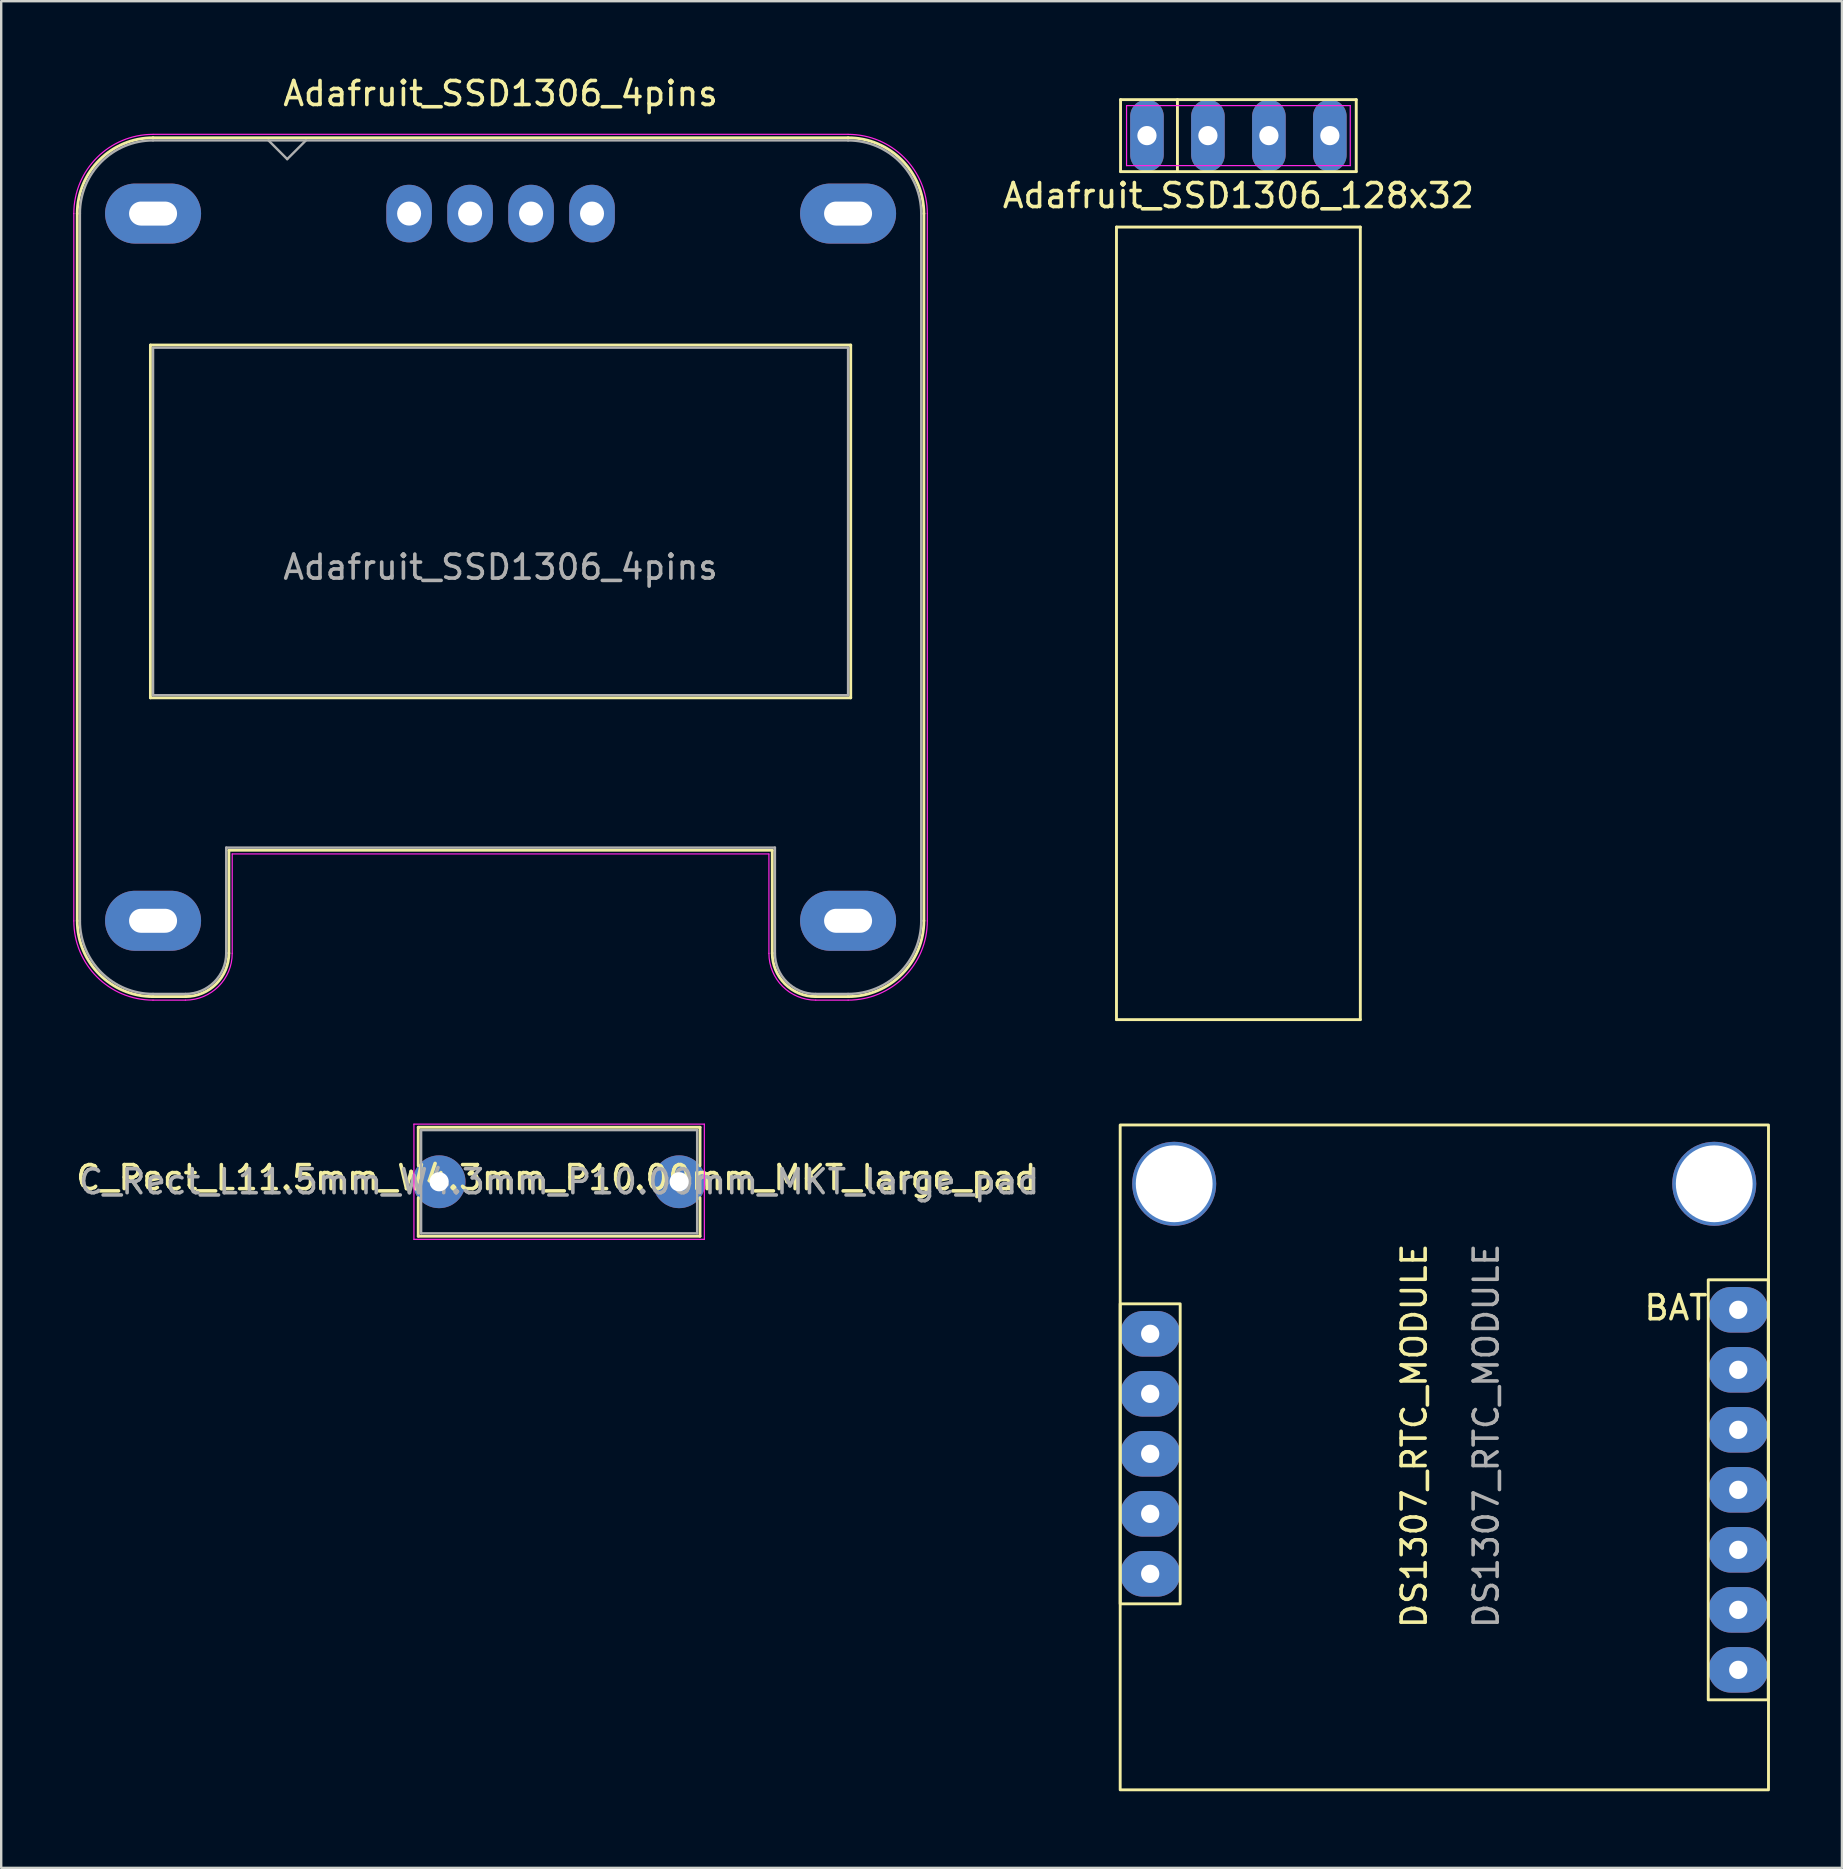
<source format=kicad_pcb>
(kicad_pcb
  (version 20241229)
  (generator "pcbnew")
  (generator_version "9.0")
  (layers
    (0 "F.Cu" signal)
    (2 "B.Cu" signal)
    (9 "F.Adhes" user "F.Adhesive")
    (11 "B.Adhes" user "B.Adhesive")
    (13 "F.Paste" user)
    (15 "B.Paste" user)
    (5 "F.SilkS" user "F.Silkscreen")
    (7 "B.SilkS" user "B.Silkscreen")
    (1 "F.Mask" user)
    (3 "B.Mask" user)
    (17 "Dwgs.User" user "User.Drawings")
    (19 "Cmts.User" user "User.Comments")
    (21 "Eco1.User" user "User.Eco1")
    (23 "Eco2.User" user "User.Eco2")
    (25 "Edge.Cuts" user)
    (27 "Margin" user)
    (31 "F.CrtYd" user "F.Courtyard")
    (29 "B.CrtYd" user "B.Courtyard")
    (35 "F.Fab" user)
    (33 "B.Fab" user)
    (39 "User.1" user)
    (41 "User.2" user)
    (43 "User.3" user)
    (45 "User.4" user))
  (footprint "C_Rect_L11.5mm_W4.3mm_P10.00mm_MKT_large_pad"
    (layer "F.Cu")
    (at 15.245 46.185)
    (property "Reference" "C_Rect_L11.5mm_W4.3mm_P10.00mm_MKT_large_pad" (at 4.88 -0.17 0) (layer "F.SilkS") (effects (font (size 1 1) (thickness 0.15))))
    (attr through_hole)
    (fp_line (start -0.87 -2.27) (end -0.87 -0.665) (stroke (width 0.12) (type solid)) (layer "F.SilkS"))
    (fp_line (start -0.87 -2.27) (end 10.87 -2.27) (stroke (width 0.12) (type solid)) (layer "F.SilkS"))
    (fp_line (start -0.87 0.665) (end -0.87 2.27) (stroke (width 0.12) (type solid)) (layer "F.SilkS"))
    (fp_line (start -0.87 2.27) (end 10.87 2.27) (stroke (width 0.12) (type solid)) (layer "F.SilkS"))
    (fp_line (start 10.87 -2.27) (end 10.87 -0.665) (stroke (width 0.12) (type solid)) (layer "F.SilkS"))
    (fp_line (start 10.87 0.665) (end 10.87 2.27) (stroke (width 0.12) (type solid)) (layer "F.SilkS"))
    (fp_line (start -1.05 -2.4) (end -1.05 2.4) (stroke (width 0.05) (type solid)) (layer "F.CrtYd"))
    (fp_line (start -1.05 2.4) (end 11.05 2.4) (stroke (width 0.05) (type solid)) (layer "F.CrtYd"))
    (fp_line (start 11.05 -2.4) (end -1.05 -2.4) (stroke (width 0.05) (type solid)) (layer "F.CrtYd"))
    (fp_line (start 11.05 2.4) (end 11.05 -2.4) (stroke (width 0.05) (type solid)) (layer "F.CrtYd"))
    (fp_line (start -0.75 -2.15) (end -0.75 2.15) (stroke (width 0.1) (type solid)) (layer "F.Fab"))
    (fp_line (start -0.75 2.15) (end 10.75 2.15) (stroke (width 0.1) (type solid)) (layer "F.Fab"))
    (fp_line (start 10.75 -2.15) (end -0.75 -2.15) (stroke (width 0.1) (type solid)) (layer "F.Fab"))
    (fp_line (start 10.75 2.15) (end 10.75 -2.15) (stroke (width 0.1) (type solid)) (layer "F.Fab"))
    (fp_text user "${REFERENCE}" (at 5 0 0) (layer "F.Fab") (effects (font (size 1 1) (thickness 0.15))))
    (pad "1" thru_hole circle (at 0 0) (size 2.2 2.2) (drill 0.8) (layers "*.Cu" "*.Mask"))
    (pad "2" thru_hole circle (at 10 0) (size 2.2 2.2) (drill 0.8) (layers "*.Cu" "*.Mask")))
  (footprint "DS1307_RTC_MODULE"
    (layer "F.Cu")
    (at 43.62 71.52)
    (property "Reference" "DS1307_RTC_MODULE" (at 12.25 -14.75 90) (unlocked yes) (layer "F.SilkS") (effects (font (size 1 1) (thickness 0.15))))
    (attr through_hole)
    (fp_rect (start 0 -27.7) (end 27.01 0) (stroke (width 0.12) (type default)) (fill no) (layer "F.SilkS"))
    (fp_rect (start 0 -20.25) (end 2.5 -7.75) (stroke (width 0.12) (type default)) (fill no) (layer "F.SilkS"))
    (fp_rect (start 24.5 -21.25) (end 27 -3.75) (stroke (width 0.12) (type default)) (fill no) (layer "F.SilkS"))
    (fp_text user "BAT" (at 21.75 -19.5 0) (unlocked yes) (layer "F.SilkS") (effects (font (size 1 1) (thickness 0.15)) (justify left bottom)))
    (fp_text user "${REFERENCE}" (at 15.25 -14.75 90) (unlocked yes) (layer "F.Fab") (effects (font (size 1 1) (thickness 0.15))))
    (fp_text user "GND" (at 2.75 -18.25 0) (unlocked yes) (layer "User.1") (effects (font (size 1 1) (thickness 0.15)) (justify left bottom)))
    (fp_text user "DS" (at 2.75 -8.25 0) (unlocked yes) (layer "User.1") (effects (font (size 1 1) (thickness 0.15)) (justify left bottom)))
    (fp_text user "SCL" (at 2.75 -10.75 0) (unlocked yes) (layer "User.1") (effects (font (size 1 1) (thickness 0.15)) (justify left bottom)))
    (fp_text user "SCL" (at 21.5 -9.5 0) (unlocked yes) (layer "User.1") (effects (font (size 1 1) (thickness 0.15)) (justify left bottom)))
    (fp_text user "SQ" (at 22.25 -4.5 0) (unlocked yes) (layer "User.1") (effects (font (size 1 1) (thickness 0.15)) (justify left bottom)))
    (fp_text user "VCC" (at 2.75 -15.75 0) (unlocked yes) (layer "User.1") (effects (font (size 1 1) (thickness 0.15)) (justify left bottom)))
    (fp_text user "GND" (at 21.25 -16.75 0) (unlocked yes) (layer "User.1") (effects (font (size 1 1) (thickness 0.15)) (justify left bottom)))
    (fp_text user "VCC" (at 21.5 -14.25 0) (unlocked yes) (layer "User.1") (effects (font (size 1 1) (thickness 0.15)) (justify left bottom)))
    (fp_text user "SDA" (at 2.75 -13.25 0) (unlocked yes) (layer "User.1") (effects (font (size 1 1) (thickness 0.15)) (justify left bottom)))
    (fp_text user "DS" (at 22.25 -7 0) (unlocked yes) (layer "User.1") (effects (font (size 1 1) (thickness 0.15)) (justify left bottom)))
    (fp_text user "SDA" (at 21.5 -12 0) (unlocked yes) (layer "User.1") (effects (font (size 1 1) (thickness 0.15)) (justify left bottom)))
    (pad "" thru_hole circle (at 2.25 -25.25) (size 3.5 3.5) (drill 3.2) (layers "*.Cu" "*.Mask"))
    (pad "" thru_hole circle (at 24.75 -25.25) (size 3.5 3.5) (drill 3.2) (layers "*.Cu" "*.Mask"))
    (pad "1" thru_hole oval (at 25.75 -20) (size 2.5 1.9) (drill 0.762) (layers "*.Cu" "*.Mask"))
    (pad "2" thru_hole oval (at 25.75 -17.5) (size 2.5 1.9) (drill 0.762) (layers "*.Cu" "*.Mask"))
    (pad "3" thru_hole oval (at 25.75 -15) (size 2.5 1.9) (drill 0.762) (layers "*.Cu" "*.Mask"))
    (pad "4" thru_hole oval (at 25.75 -12.5) (size 2.5 1.9) (drill 0.762) (layers "*.Cu" "*.Mask"))
    (pad "5" thru_hole oval (at 25.75 -10) (size 2.5 1.9) (drill 0.762) (layers "*.Cu" "*.Mask"))
    (pad "6" thru_hole oval (at 25.75 -7.5) (size 2.5 1.9) (drill 0.762) (layers "*.Cu" "*.Mask"))
    (pad "7" thru_hole oval (at 25.75 -5) (size 2.5 1.9) (drill 0.762) (layers "*.Cu" "*.Mask"))
    (pad "8" thru_hole oval (at 1.25 -19) (size 2.5 1.9) (drill 0.762) (layers "*.Cu" "*.Mask"))
    (pad "9" thru_hole oval (at 1.25 -16.5) (size 2.5 1.9) (drill 0.762) (layers "*.Cu" "*.Mask"))
    (pad "10" thru_hole oval (at 1.25 -14) (size 2.5 1.9) (drill 0.762) (layers "*.Cu" "*.Mask"))
    (pad "11" thru_hole oval (at 1.25 -11.5) (size 2.5 1.9) (drill 0.762) (layers "*.Cu" "*.Mask"))
    (pad "12" thru_hole oval (at 1.25 -9) (size 2.5 1.9) (drill 0.762) (layers "*.Cu" "*.Mask")))
  (footprint "Adafruit_SSD1306_128x32"
    (layer "F.Cu")
    (at 48.545 2.6)
    (property "Reference" "Adafruit_SSD1306_128x32" (at 0 2.5 180) (layer "F.SilkS") (effects (font (size 1 1) (thickness 0.15))))
    (attr through_hole)
    (fp_line (start -5.08 3.81) (end 5.08 3.81) (stroke (width 0.12) (type solid)) (layer "F.SilkS"))
    (fp_line (start -5.08 36.83) (end -5.08 3.81) (stroke (width 0.12) (type solid)) (layer "F.SilkS"))
    (fp_line (start -4.91 -1.5) (end 4.91 -1.5) (stroke (width 0.12) (type solid)) (layer "F.SilkS"))
    (fp_line (start -4.91 1.5) (end -4.91 -1.5) (stroke (width 0.12) (type solid)) (layer "F.SilkS"))
    (fp_line (start -2.54 -1.5) (end -2.54 1.5) (stroke (width 0.12) (type solid)) (layer "F.SilkS"))
    (fp_line (start 4.91 -1.5) (end 4.91 1.5) (stroke (width 0.12) (type solid)) (layer "F.SilkS"))
    (fp_line (start 4.91 1.5) (end -4.91 1.5) (stroke (width 0.12) (type solid)) (layer "F.SilkS"))
    (fp_line (start 5.08 3.81) (end 5.08 36.83) (stroke (width 0.12) (type solid)) (layer "F.SilkS"))
    (fp_line (start 5.08 36.83) (end -5.08 36.83) (stroke (width 0.12) (type solid)) (layer "F.SilkS"))
    (fp_line (start -6.35 -2.54) (end 6.35 -2.54) (stroke (width 0.12) (type solid)) (layer "Eco2.User"))
    (fp_line (start -6.35 38.1) (end -6.35 -2.54) (stroke (width 0.12) (type solid)) (layer "Eco2.User"))
    (fp_line (start 6.35 -2.54) (end 6.35 38.1) (stroke (width 0.12) (type solid)) (layer "Eco2.User"))
    (fp_line (start 6.35 38.1) (end -6.35 38.1) (stroke (width 0.12) (type solid)) (layer "Eco2.User"))
    (fp_line (start -4.66 -1.25) (end 4.66 -1.25) (stroke (width 0.05) (type solid)) (layer "F.CrtYd"))
    (fp_line (start -4.66 1.25) (end -4.66 -1.25) (stroke (width 0.05) (type solid)) (layer "F.CrtYd"))
    (fp_line (start 4.66 -1.25) (end 4.66 1.25) (stroke (width 0.05) (type solid)) (layer "F.CrtYd"))
    (fp_line (start 4.66 1.25) (end -4.66 1.25) (stroke (width 0.05) (type solid)) (layer "F.CrtYd"))
    (pad "1" thru_hole oval (at -3.81 0) (size 1.4 3) (drill 0.8) (layers "*.Cu" "*.Mask"))
    (pad "2" thru_hole oval (at -1.27 0) (size 1.4 3) (drill 0.8) (layers "*.Cu" "*.Mask"))
    (pad "3" thru_hole oval (at 1.27 0) (size 1.4 3) (drill 0.8) (layers "*.Cu" "*.Mask"))
    (pad "4" thru_hole oval (at 3.81 0) (size 1.4 3) (drill 0.8) (layers "*.Cu" "*.Mask")))
  (footprint "Adafruit_SSD1306_4pins"
    (layer "F.Cu")
    (at 8.915 5.848)
    (property "Reference" "Adafruit_SSD1306_4pins" (at 8.89 -5 0) (layer "F.SilkS") (effects (font (size 1 1) (thickness 0.15))))
    (attr through_hole)
    (fp_line (start -8.746 0) (end -8.746 29.464) (stroke (width 0.12) (type solid)) (layer "F.SilkS"))
    (fp_line (start -5.698 5.478) (end -5.698 20.176) (stroke (width 0.12) (type solid)) (layer "F.SilkS"))
    (fp_line (start -5.698 5.478) (end 23.478 5.478) (stroke (width 0.12) (type solid)) (layer "F.SilkS"))
    (fp_line (start -5.698 20.176) (end 23.478 20.176) (stroke (width 0.12) (type solid)) (layer "F.SilkS"))
    (fp_line (start -4.238 32.622) (end -5.59 32.622) (stroke (width 0.12) (type solid)) (layer "F.SilkS"))
    (fp_line (start -2.43 26.526) (end -2.43 30.814) (stroke (width 0.12) (type solid)) (layer "F.SilkS"))
    (fp_line (start -2.43 26.526) (end 20.21 26.526) (stroke (width 0.12) (type solid)) (layer "F.SilkS"))
    (fp_line (start 20.21 26.526) (end 20.21 30.814) (stroke (width 0.12) (type solid)) (layer "F.SilkS"))
    (fp_line (start 22.018 32.622) (end 23.37 32.622) (stroke (width 0.12) (type solid)) (layer "F.SilkS"))
    (fp_line (start 23.368 -3.158) (end -5.588 -3.158) (stroke (width 0.12) (type solid)) (layer "F.SilkS"))
    (fp_line (start 23.478 5.478) (end 23.478 20.176) (stroke (width 0.12) (type solid)) (layer "F.SilkS"))
    (fp_line (start 26.526 0) (end 26.526 29.464) (stroke (width 0.12) (type solid)) (layer "F.SilkS"))
    (fp_arc (start -8.746 0) (mid -7.821043 -2.233043) (end -5.588 -3.158) (stroke (width 0.12) (type solid)) (layer "F.SilkS"))
    (fp_arc (start -5.588 32.622) (mid -7.821043 31.697043) (end -8.746 29.464) (stroke (width 0.12) (type solid)) (layer "F.SilkS"))
    (fp_arc (start -2.43 30.812) (mid -2.958137 32.091035) (end -4.236 32.622) (stroke (width 0.12) (type solid)) (layer "F.SilkS"))
    (fp_arc (start 22.016 32.622) (mid 20.738137 32.091035) (end 20.21 30.812) (stroke (width 0.12) (type solid)) (layer "F.SilkS"))
    (fp_arc (start 23.368 -3.158) (mid 25.601043 -2.233043) (end 26.526 0) (stroke (width 0.12) (type solid)) (layer "F.SilkS"))
    (fp_arc (start 26.526 29.464) (mid 25.601043 31.697043) (end 23.368 32.622) (stroke (width 0.12) (type solid)) (layer "F.SilkS"))
    (fp_line (start -8.89 0) (end -8.89 29.47) (stroke (width 0.05) (type solid)) (layer "F.CrtYd"))
    (fp_line (start -4.24 32.77) (end -5.59 32.77) (stroke (width 0.05) (type solid)) (layer "F.CrtYd"))
    (fp_line (start -2.29 26.68) (end -2.29 30.82) (stroke (width 0.05) (type solid)) (layer "F.CrtYd"))
    (fp_line (start -2.29 26.68) (end 20.07 26.68) (stroke (width 0.05) (type solid)) (layer "F.CrtYd"))
    (fp_line (start 20.07 26.68) (end 20.07 30.82) (stroke (width 0.05) (type solid)) (layer "F.CrtYd"))
    (fp_line (start 22.02 32.77) (end 23.37 32.77) (stroke (width 0.05) (type solid)) (layer "F.CrtYd"))
    (fp_line (start 23.37 -3.3) (end -5.59 -3.3) (stroke (width 0.05) (type solid)) (layer "F.CrtYd"))
    (fp_line (start 26.67 0) (end 26.67 29.47) (stroke (width 0.05) (type solid)) (layer "F.CrtYd"))
    (fp_arc (start -8.89 0) (mid -7.923452 -2.333452) (end -5.59 -3.3) (stroke (width 0.05) (type solid)) (layer "F.CrtYd"))
    (fp_arc (start -5.59 32.77) (mid -7.923452 31.803452) (end -8.89 29.47) (stroke (width 0.05) (type solid)) (layer "F.CrtYd"))
    (fp_arc (start -2.29 30.82) (mid -2.861142 32.198858) (end -4.24 32.77) (stroke (width 0.05) (type solid)) (layer "F.CrtYd"))
    (fp_arc (start 22.02 32.77) (mid 20.641142 32.198858) (end 20.07 30.82) (stroke (width 0.05) (type solid)) (layer "F.CrtYd"))
    (fp_arc (start 23.37 -3.3) (mid 25.703452 -2.333452) (end 26.67 0) (stroke (width 0.05) (type solid)) (layer "F.CrtYd"))
    (fp_arc (start 26.67 29.47) (mid 25.703452 31.803452) (end 23.37 32.77) (stroke (width 0.05) (type solid)) (layer "F.CrtYd"))
    (fp_line (start -8.636 0) (end -8.636 29.464) (stroke (width 0.1) (type solid)) (layer "F.Fab"))
    (fp_line (start -5.588 5.588) (end -5.588 20.066) (stroke (width 0.1) (type solid)) (layer "F.Fab"))
    (fp_line (start -5.588 5.588) (end 23.368 5.588) (stroke (width 0.1) (type solid)) (layer "F.Fab"))
    (fp_line (start -5.588 20.066) (end 23.368 20.066) (stroke (width 0.1) (type solid)) (layer "F.Fab"))
    (fp_line (start -4.238 32.512) (end -5.59 32.512) (stroke (width 0.1) (type solid)) (layer "F.Fab"))
    (fp_line (start -2.54 26.416) (end -2.54 30.814) (stroke (width 0.1) (type solid)) (layer "F.Fab"))
    (fp_line (start -2.54 26.416) (end 20.32 26.416) (stroke (width 0.1) (type solid)) (layer "F.Fab"))
    (fp_line (start -0.78 -3.048) (end 0 -2.268) (stroke (width 0.1) (type solid)) (layer "F.Fab"))
    (fp_line (start 0 -2.268) (end 0.78 -3.048) (stroke (width 0.1) (type solid)) (layer "F.Fab"))
    (fp_line (start 20.32 26.416) (end 20.32 30.814) (stroke (width 0.1) (type solid)) (layer "F.Fab"))
    (fp_line (start 22.018 32.512) (end 23.37 32.512) (stroke (width 0.1) (type solid)) (layer "F.Fab"))
    (fp_line (start 23.368 -3.048) (end -5.588 -3.048) (stroke (width 0.1) (type solid)) (layer "F.Fab"))
    (fp_line (start 23.368 5.588) (end 23.368 20.066) (stroke (width 0.1) (type solid)) (layer "F.Fab"))
    (fp_line (start 26.416 0) (end 26.416 29.464) (stroke (width 0.1) (type solid)) (layer "F.Fab"))
    (fp_arc (start -8.636 0.002) (mid -7.744676 -2.153847) (end -5.59 -3.048) (stroke (width 0.1) (type solid)) (layer "F.Fab"))
    (fp_arc (start -5.59 32.512) (mid -7.744676 31.617847) (end -8.636 29.462) (stroke (width 0.1) (type solid)) (layer "F.Fab"))
    (fp_arc (start -2.54 30.812) (mid -3.035918 32.013253) (end -4.236 32.512) (stroke (width 0.1) (type solid)) (layer "F.Fab"))
    (fp_arc (start 22.016 32.512) (mid 20.815918 32.013253) (end 20.32 30.812) (stroke (width 0.1) (type solid)) (layer "F.Fab"))
    (fp_arc (start 23.368 -3.048) (mid 25.523261 -2.155261) (end 26.416 0) (stroke (width 0.1) (type solid)) (layer "F.Fab"))
    (fp_arc (start 26.416 29.464) (mid 25.523261 31.619261) (end 23.368 32.512) (stroke (width 0.1) (type solid)) (layer "F.Fab"))
    (fp_text user "${REFERENCE}" (at 8.89 14.732 0) (layer "F.Fab") (effects (font (size 1 1) (thickness 0.15))))
    (pad "" thru_hole oval (at -5.588 0) (size 4 2.5) (drill oval 2 1) (layers "*.Cu" "*.Mask"))
    (pad "" thru_hole oval (at -5.588 29.464) (size 4 2.5) (drill oval 2 1) (layers "*.Cu" "*.Mask"))
    (pad "" thru_hole oval (at 23.368 0) (size 4 2.5) (drill oval 2 1) (layers "*.Cu" "*.Mask"))
    (pad "" thru_hole oval (at 23.368 29.464) (size 4 2.5) (drill oval 2 1) (layers "*.Cu" "*.Mask"))
    (pad "1" thru_hole oval (at 5.08 0) (size 1.9 2.4) (drill 1) (layers "*.Cu" "*.Mask"))
    (pad "2" thru_hole oval (at 7.62 0) (size 1.9 2.4) (drill 1) (layers "*.Cu" "*.Mask"))
    (pad "3" thru_hole oval (at 10.16 0) (size 1.9 2.4) (drill 1) (layers "*.Cu" "*.Mask"))
    (pad "4" thru_hole oval (at 12.7 0) (size 1.9 2.4) (drill 1) (layers "*.Cu" "*.Mask")))
  (gr_rect
    (start -3 -3)
    (end 73.69 74.77)
    (stroke (width 0.1) (type default))
    (fill no)
    (layer "Edge.Cuts")))
</source>
